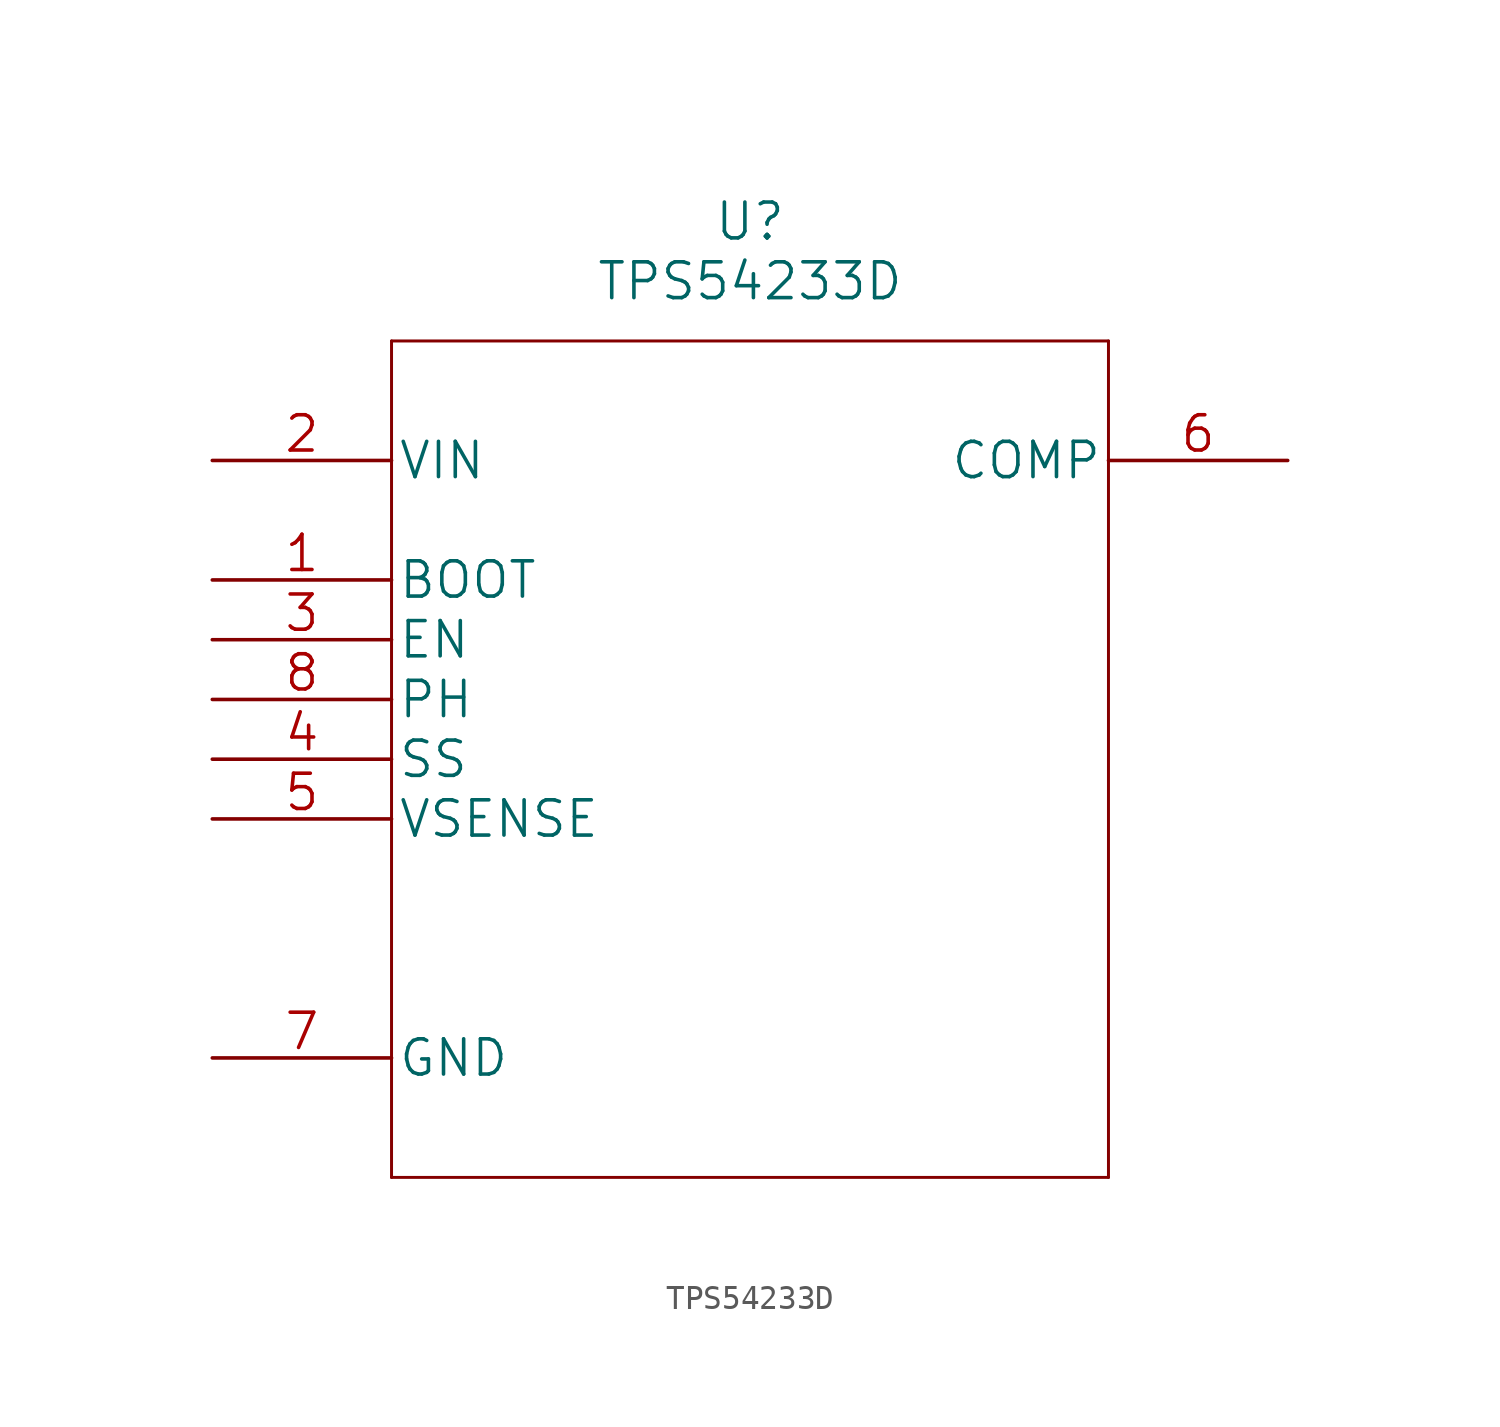
<source format=kicad_sym>
(kicad_symbol_lib
  (version 20211014)
  (generator kicad_symbol_editor)
  (symbol "TPS54233D"
    (pin_names
      (offset 0.254))
    (property "Reference" "U"
      (at 22.86 10.16 0)
      (effects (font (size 1.524 1.524))))
    (property "Value" "TPS54233D"
      (at 22.86 7.62 0)
      (effects (font (size 1.524 1.524))))
    (property "Datasheet" ""
      (at 0 0 0)
      (effects (font (size 1.524 1.524))))
    (property "ki_locked" ""
      (at 0 0 0)
      (effects (font (size 1.27 1.27))))
    (symbol "TPS54233D_1_1"
      (polyline (pts (xy 7.62 -30.48) (xy 38.1 -30.48)) (stroke (width 0.127) (type default) (color 0 0 0 0)) (fill (type none)))
      (polyline (pts (xy 7.62 5.08) (xy 7.62 -30.48)) (stroke (width 0.127) (type default) (color 0 0 0 0)) (fill (type none)))
      (polyline (pts (xy 38.1 -30.48) (xy 38.1 5.08)) (stroke (width 0.127) (type default) (color 0 0 0 0)) (fill (type none)))
      (polyline (pts (xy 38.1 5.08) (xy 7.62 5.08)) (stroke (width 0.127) (type default) (color 0 0 0 0)) (fill (type none)))
      (pin unspecified line (at 0 -5.08 0) (length 7.62) (name "BOOT" (effects (font (size 1.499 1.499)))) (number "1" (effects (font (size 1.499 1.499)))))
      (pin input line (at 0 0 0) (length 7.62) (name "VIN" (effects (font (size 1.499 1.499)))) (number "2" (effects (font (size 1.499 1.499)))))
      (pin unspecified line (at 0 -7.62 0) (length 7.62) (name "EN" (effects (font (size 1.499 1.499)))) (number "3" (effects (font (size 1.499 1.499)))))
      (pin unspecified line (at 0 -12.7 0) (length 7.62) (name "SS" (effects (font (size 1.499 1.499)))) (number "4" (effects (font (size 1.499 1.499)))))
      (pin unspecified line (at 0 -15.24 0) (length 7.62) (name "VSENSE" (effects (font (size 1.499 1.499)))) (number "5" (effects (font (size 1.499 1.499)))))
      (pin output line (at 45.72 0 180) (length 7.62) (name "COMP" (effects (font (size 1.499 1.499)))) (number "6" (effects (font (size 1.499 1.499)))))
      (pin power_in line (at 0 -25.4 0) (length 7.62) (name "GND" (effects (font (size 1.499 1.499)))) (number "7" (effects (font (size 1.499 1.499)))))
      (pin unspecified line (at 0 -10.16 0) (length 7.62) (name "PH" (effects (font (size 1.499 1.499)))) (number "8" (effects (font (size 1.499 1.499))))))))
</source>
